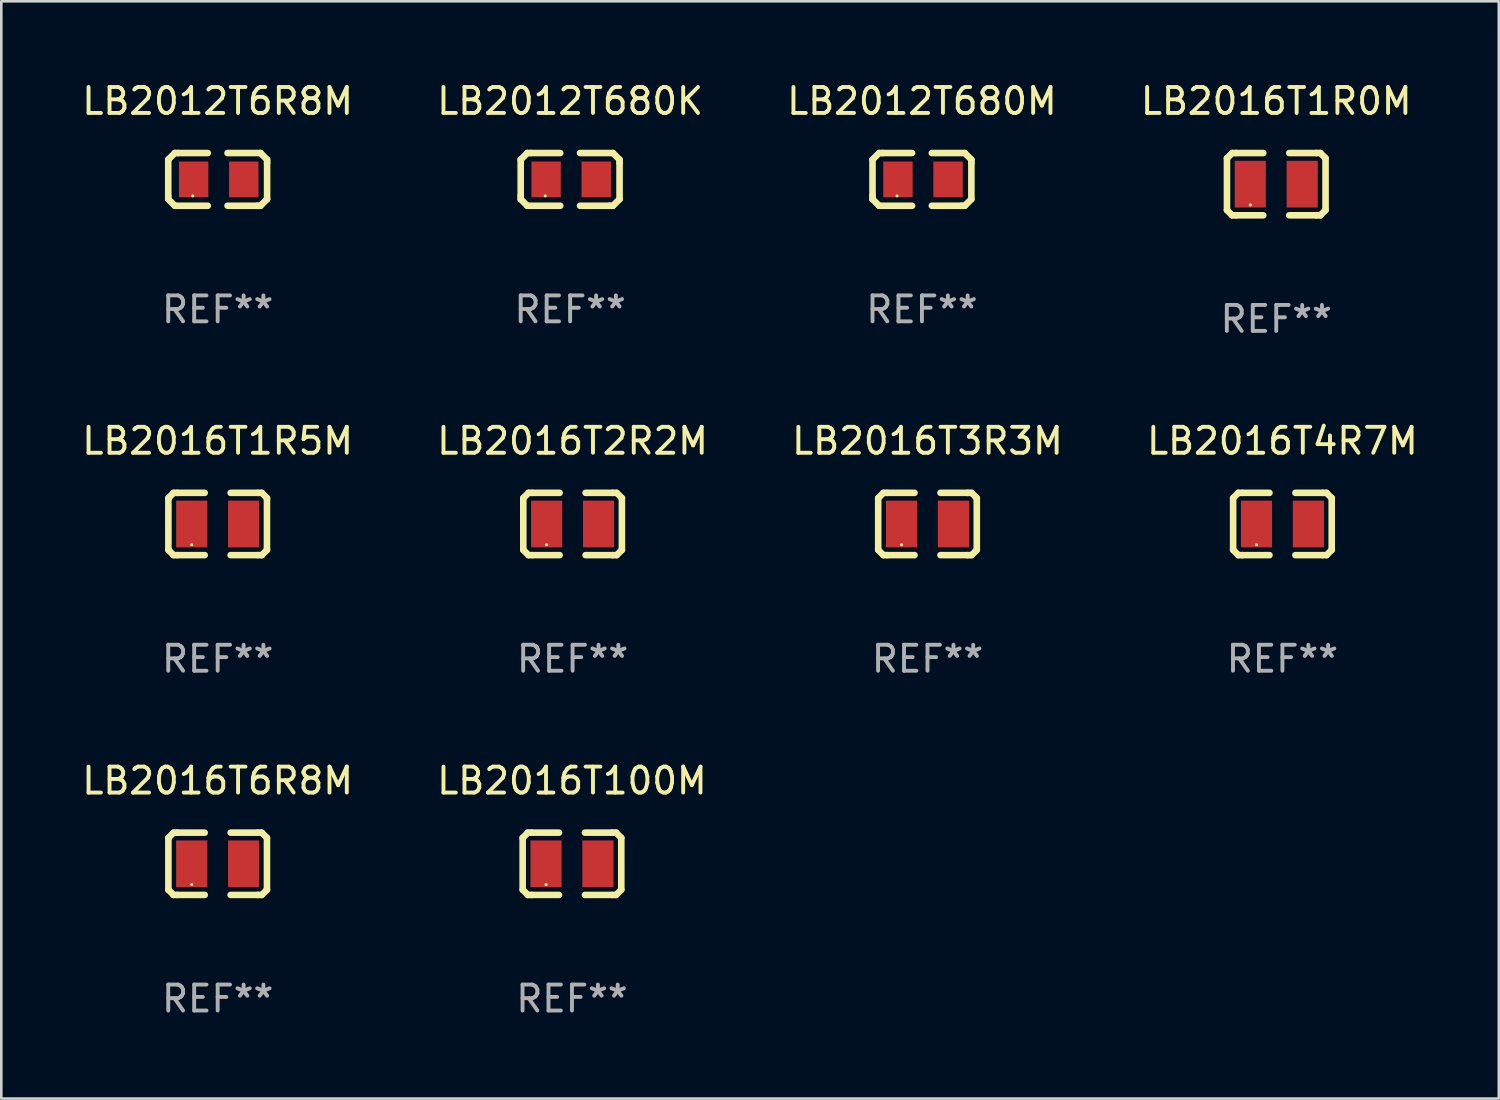
<source format=kicad_pcb>
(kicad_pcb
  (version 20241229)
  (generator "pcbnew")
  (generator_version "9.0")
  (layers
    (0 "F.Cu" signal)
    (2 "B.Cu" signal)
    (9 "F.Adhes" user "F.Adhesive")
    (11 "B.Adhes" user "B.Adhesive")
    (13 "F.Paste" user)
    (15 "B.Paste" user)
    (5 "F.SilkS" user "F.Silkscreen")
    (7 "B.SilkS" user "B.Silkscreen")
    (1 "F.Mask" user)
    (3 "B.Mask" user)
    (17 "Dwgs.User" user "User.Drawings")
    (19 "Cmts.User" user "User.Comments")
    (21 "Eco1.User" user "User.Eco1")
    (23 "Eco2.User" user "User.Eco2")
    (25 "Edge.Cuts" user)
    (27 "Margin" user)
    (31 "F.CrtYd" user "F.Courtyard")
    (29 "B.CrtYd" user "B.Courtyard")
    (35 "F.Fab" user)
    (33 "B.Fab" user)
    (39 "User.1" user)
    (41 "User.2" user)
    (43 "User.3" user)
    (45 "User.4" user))
  (footprint "LB2016T100M"
    (layer "F.Cu")
    (at 18.994 30.241)
    (property "Reference" "LB2016T100M" (at 0 -3.2 0) (layer "F.SilkS") (effects (font (size 1 1) (thickness 0.15))))
    (attr through_hole)
    (fp_line (start -1.9 -1) (end -1.9 1) (stroke (width 0.254) (type solid)) (layer "F.SilkS"))
    (fp_line (start -1.7 -1.2) (end -1.9 -1) (stroke (width 0.254) (type solid)) (layer "F.SilkS"))
    (fp_line (start -1.7 1.2) (end -1.9 1) (stroke (width 0.254) (type solid)) (layer "F.SilkS"))
    (fp_line (start -1.55 -1.2) (end -1.7 -1.2) (stroke (width 0.254) (type solid)) (layer "F.SilkS"))
    (fp_line (start -1.55 1.2) (end -1.7 1.2) (stroke (width 0.254) (type solid)) (layer "F.SilkS"))
    (fp_line (start -0.5 -1.2) (end -1.55 -1.2) (stroke (width 0.254) (type solid)) (layer "F.SilkS"))
    (fp_line (start -0.5 1.2) (end -1.55 1.2) (stroke (width 0.254) (type solid)) (layer "F.SilkS"))
    (fp_line (start 0.5 -1.2) (end 1.55 -1.2) (stroke (width 0.254) (type solid)) (layer "F.SilkS"))
    (fp_line (start 0.5 1.2) (end 1.55 1.2) (stroke (width 0.254) (type solid)) (layer "F.SilkS"))
    (fp_line (start 1.55 -1.2) (end 1.7 -1.2) (stroke (width 0.254) (type solid)) (layer "F.SilkS"))
    (fp_line (start 1.55 1.2) (end 1.7 1.2) (stroke (width 0.254) (type solid)) (layer "F.SilkS"))
    (fp_line (start 1.7 -1.2) (end 1.9 -1) (stroke (width 0.254) (type solid)) (layer "F.SilkS"))
    (fp_line (start 1.7 1.2) (end 1.9 1) (stroke (width 0.254) (type solid)) (layer "F.SilkS"))
    (fp_line (start 1.9 -1) (end 1.9 1) (stroke (width 0.254) (type solid)) (layer "F.SilkS"))
    (fp_circle (center -1 0.8) (end -0.97 0.8) (stroke (width 0.06) (type solid)) (fill no) (layer "F.SilkS"))
    (fp_text user "REF**" (at 0 5.2 0) (layer "F.Fab") (effects (font (size 1 1) (thickness 0.15))))
    (pad "1" smd rect (at -1 0) (size 1.2 1.8) (layers "F.Cu" "F.Mask" "F.Paste"))
    (pad "2" smd rect (at 1 0) (size 1.2 1.8) (layers "F.Cu" "F.Mask" "F.Paste")))
  (footprint "LB2016T1R5M"
    (layer "F.Cu")
    (at 5.339 17.145)
    (property "Reference" "LB2016T1R5M" (at 0 -3.2 0) (layer "F.SilkS") (effects (font (size 1 1) (thickness 0.15))))
    (attr through_hole)
    (fp_line (start -1.9 -1) (end -1.9 1) (stroke (width 0.254) (type solid)) (layer "F.SilkS"))
    (fp_line (start -1.7 -1.2) (end -1.9 -1) (stroke (width 0.254) (type solid)) (layer "F.SilkS"))
    (fp_line (start -1.7 1.2) (end -1.9 1) (stroke (width 0.254) (type solid)) (layer "F.SilkS"))
    (fp_line (start -1.55 -1.2) (end -1.7 -1.2) (stroke (width 0.254) (type solid)) (layer "F.SilkS"))
    (fp_line (start -1.55 1.2) (end -1.7 1.2) (stroke (width 0.254) (type solid)) (layer "F.SilkS"))
    (fp_line (start -0.5 -1.2) (end -1.55 -1.2) (stroke (width 0.254) (type solid)) (layer "F.SilkS"))
    (fp_line (start -0.5 1.2) (end -1.55 1.2) (stroke (width 0.254) (type solid)) (layer "F.SilkS"))
    (fp_line (start 0.5 -1.2) (end 1.55 -1.2) (stroke (width 0.254) (type solid)) (layer "F.SilkS"))
    (fp_line (start 0.5 1.2) (end 1.55 1.2) (stroke (width 0.254) (type solid)) (layer "F.SilkS"))
    (fp_line (start 1.55 -1.2) (end 1.7 -1.2) (stroke (width 0.254) (type solid)) (layer "F.SilkS"))
    (fp_line (start 1.55 1.2) (end 1.7 1.2) (stroke (width 0.254) (type solid)) (layer "F.SilkS"))
    (fp_line (start 1.7 -1.2) (end 1.9 -1) (stroke (width 0.254) (type solid)) (layer "F.SilkS"))
    (fp_line (start 1.7 1.2) (end 1.9 1) (stroke (width 0.254) (type solid)) (layer "F.SilkS"))
    (fp_line (start 1.9 -1) (end 1.9 1) (stroke (width 0.254) (type solid)) (layer "F.SilkS"))
    (fp_circle (center -1 0.8) (end -0.97 0.8) (stroke (width 0.06) (type solid)) (fill no) (layer "F.SilkS"))
    (fp_text user "REF**" (at 0 5.2 0) (layer "F.Fab") (effects (font (size 1 1) (thickness 0.15))))
    (pad "1" smd rect (at -1 0) (size 1.2 1.8) (layers "F.Cu" "F.Mask" "F.Paste"))
    (pad "2" smd rect (at 1 0) (size 1.2 1.8) (layers "F.Cu" "F.Mask" "F.Paste")))
  (footprint "LB2016T1R0M"
    (layer "F.Cu")
    (at 46.137 4.048)
    (property "Reference" "LB2016T1R0M" (at 0 -3.2 0) (layer "F.SilkS") (effects (font (size 1 1) (thickness 0.15))))
    (attr through_hole)
    (fp_line (start -1.9 -1) (end -1.9 1) (stroke (width 0.254) (type solid)) (layer "F.SilkS"))
    (fp_line (start -1.7 -1.2) (end -1.9 -1) (stroke (width 0.254) (type solid)) (layer "F.SilkS"))
    (fp_line (start -1.7 1.2) (end -1.9 1) (stroke (width 0.254) (type solid)) (layer "F.SilkS"))
    (fp_line (start -1.55 -1.2) (end -1.7 -1.2) (stroke (width 0.254) (type solid)) (layer "F.SilkS"))
    (fp_line (start -1.55 1.2) (end -1.7 1.2) (stroke (width 0.254) (type solid)) (layer "F.SilkS"))
    (fp_line (start -0.5 -1.2) (end -1.55 -1.2) (stroke (width 0.254) (type solid)) (layer "F.SilkS"))
    (fp_line (start -0.5 1.2) (end -1.55 1.2) (stroke (width 0.254) (type solid)) (layer "F.SilkS"))
    (fp_line (start 0.5 -1.2) (end 1.55 -1.2) (stroke (width 0.254) (type solid)) (layer "F.SilkS"))
    (fp_line (start 0.5 1.2) (end 1.55 1.2) (stroke (width 0.254) (type solid)) (layer "F.SilkS"))
    (fp_line (start 1.55 -1.2) (end 1.7 -1.2) (stroke (width 0.254) (type solid)) (layer "F.SilkS"))
    (fp_line (start 1.55 1.2) (end 1.7 1.2) (stroke (width 0.254) (type solid)) (layer "F.SilkS"))
    (fp_line (start 1.7 -1.2) (end 1.9 -1) (stroke (width 0.254) (type solid)) (layer "F.SilkS"))
    (fp_line (start 1.7 1.2) (end 1.9 1) (stroke (width 0.254) (type solid)) (layer "F.SilkS"))
    (fp_line (start 1.9 -1) (end 1.9 1) (stroke (width 0.254) (type solid)) (layer "F.SilkS"))
    (fp_circle (center -1 0.8) (end -0.97 0.8) (stroke (width 0.06) (type solid)) (fill no) (layer "F.SilkS"))
    (fp_text user "REF**" (at 0 5.2 0) (layer "F.Fab") (effects (font (size 1 1) (thickness 0.15))))
    (pad "1" smd rect (at -1 0) (size 1.2 1.8) (layers "F.Cu" "F.Mask" "F.Paste"))
    (pad "2" smd rect (at 1 0) (size 1.2 1.8) (layers "F.Cu" "F.Mask" "F.Paste")))
  (footprint "LB2016T2R2M"
    (layer "F.Cu")
    (at 19.018 17.145)
    (property "Reference" "LB2016T2R2M" (at 0 -3.2 0) (layer "F.SilkS") (effects (font (size 1 1) (thickness 0.15))))
    (attr through_hole)
    (fp_line (start -1.9 -1) (end -1.9 1) (stroke (width 0.254) (type solid)) (layer "F.SilkS"))
    (fp_line (start -1.7 -1.2) (end -1.9 -1) (stroke (width 0.254) (type solid)) (layer "F.SilkS"))
    (fp_line (start -1.7 1.2) (end -1.9 1) (stroke (width 0.254) (type solid)) (layer "F.SilkS"))
    (fp_line (start -1.55 -1.2) (end -1.7 -1.2) (stroke (width 0.254) (type solid)) (layer "F.SilkS"))
    (fp_line (start -1.55 1.2) (end -1.7 1.2) (stroke (width 0.254) (type solid)) (layer "F.SilkS"))
    (fp_line (start -0.5 -1.2) (end -1.55 -1.2) (stroke (width 0.254) (type solid)) (layer "F.SilkS"))
    (fp_line (start -0.5 1.2) (end -1.55 1.2) (stroke (width 0.254) (type solid)) (layer "F.SilkS"))
    (fp_line (start 0.5 -1.2) (end 1.55 -1.2) (stroke (width 0.254) (type solid)) (layer "F.SilkS"))
    (fp_line (start 0.5 1.2) (end 1.55 1.2) (stroke (width 0.254) (type solid)) (layer "F.SilkS"))
    (fp_line (start 1.55 -1.2) (end 1.7 -1.2) (stroke (width 0.254) (type solid)) (layer "F.SilkS"))
    (fp_line (start 1.55 1.2) (end 1.7 1.2) (stroke (width 0.254) (type solid)) (layer "F.SilkS"))
    (fp_line (start 1.7 -1.2) (end 1.9 -1) (stroke (width 0.254) (type solid)) (layer "F.SilkS"))
    (fp_line (start 1.7 1.2) (end 1.9 1) (stroke (width 0.254) (type solid)) (layer "F.SilkS"))
    (fp_line (start 1.9 -1) (end 1.9 1) (stroke (width 0.254) (type solid)) (layer "F.SilkS"))
    (fp_circle (center -1 0.8) (end -0.97 0.8) (stroke (width 0.06) (type solid)) (fill no) (layer "F.SilkS"))
    (fp_text user "REF**" (at 0 5.2 0) (layer "F.Fab") (effects (font (size 1 1) (thickness 0.15))))
    (pad "1" smd rect (at -1 0) (size 1.2 1.8) (layers "F.Cu" "F.Mask" "F.Paste"))
    (pad "2" smd rect (at 1 0) (size 1.2 1.8) (layers "F.Cu" "F.Mask" "F.Paste")))
  (footprint "LB2016T6R8M"
    (layer "F.Cu")
    (at 5.339 30.241)
    (property "Reference" "LB2016T6R8M" (at 0 -3.2 0) (layer "F.SilkS") (effects (font (size 1 1) (thickness 0.15))))
    (attr through_hole)
    (fp_line (start -1.9 -1) (end -1.9 1) (stroke (width 0.254) (type solid)) (layer "F.SilkS"))
    (fp_line (start -1.7 -1.2) (end -1.9 -1) (stroke (width 0.254) (type solid)) (layer "F.SilkS"))
    (fp_line (start -1.7 1.2) (end -1.9 1) (stroke (width 0.254) (type solid)) (layer "F.SilkS"))
    (fp_line (start -1.55 -1.2) (end -1.7 -1.2) (stroke (width 0.254) (type solid)) (layer "F.SilkS"))
    (fp_line (start -1.55 1.2) (end -1.7 1.2) (stroke (width 0.254) (type solid)) (layer "F.SilkS"))
    (fp_line (start -0.5 -1.2) (end -1.55 -1.2) (stroke (width 0.254) (type solid)) (layer "F.SilkS"))
    (fp_line (start -0.5 1.2) (end -1.55 1.2) (stroke (width 0.254) (type solid)) (layer "F.SilkS"))
    (fp_line (start 0.5 -1.2) (end 1.55 -1.2) (stroke (width 0.254) (type solid)) (layer "F.SilkS"))
    (fp_line (start 0.5 1.2) (end 1.55 1.2) (stroke (width 0.254) (type solid)) (layer "F.SilkS"))
    (fp_line (start 1.55 -1.2) (end 1.7 -1.2) (stroke (width 0.254) (type solid)) (layer "F.SilkS"))
    (fp_line (start 1.55 1.2) (end 1.7 1.2) (stroke (width 0.254) (type solid)) (layer "F.SilkS"))
    (fp_line (start 1.7 -1.2) (end 1.9 -1) (stroke (width 0.254) (type solid)) (layer "F.SilkS"))
    (fp_line (start 1.7 1.2) (end 1.9 1) (stroke (width 0.254) (type solid)) (layer "F.SilkS"))
    (fp_line (start 1.9 -1) (end 1.9 1) (stroke (width 0.254) (type solid)) (layer "F.SilkS"))
    (fp_circle (center -1 0.8) (end -0.97 0.8) (stroke (width 0.06) (type solid)) (fill no) (layer "F.SilkS"))
    (fp_text user "REF**" (at 0 5.2 0) (layer "F.Fab") (effects (font (size 1 1) (thickness 0.15))))
    (pad "1" smd rect (at -1 0) (size 1.2 1.8) (layers "F.Cu" "F.Mask" "F.Paste"))
    (pad "2" smd rect (at 1 0) (size 1.2 1.8) (layers "F.Cu" "F.Mask" "F.Paste")))
  (footprint "LB2012T6R8M"
    (layer "F.Cu")
    (at 5.339 3.864)
    (property "Reference" "LB2012T6R8M" (at 0 -3.016 0) (layer "F.SilkS") (effects (font (size 1 1) (thickness 0.15))))
    (attr through_hole)
    (fp_line (start -1.905 -0.762) (end -1.905 0.635) (stroke (width 0.254) (type solid)) (layer "F.SilkS"))
    (fp_line (start -1.905 0.635) (end -1.905 0.762) (stroke (width 0.254) (type solid)) (layer "F.SilkS"))
    (fp_line (start -1.905 0.762) (end -1.651 1.016) (stroke (width 0.254) (type solid)) (layer "F.SilkS"))
    (fp_line (start -1.651 -1.016) (end -1.905 -0.762) (stroke (width 0.254) (type solid)) (layer "F.SilkS"))
    (fp_line (start -1.651 1.016) (end -0.381 1.016) (stroke (width 0.254) (type solid)) (layer "F.SilkS"))
    (fp_line (start -1.524 -1.016) (end -1.651 -1.016) (stroke (width 0.254) (type solid)) (layer "F.SilkS"))
    (fp_line (start -0.381 -1.016) (end -1.524 -1.016) (stroke (width 0.254) (type solid)) (layer "F.SilkS"))
    (fp_line (start 0.381 1.016) (end 1.524 1.016) (stroke (width 0.254) (type solid)) (layer "F.SilkS"))
    (fp_line (start 1.524 1.016) (end 1.651 1.016) (stroke (width 0.254) (type solid)) (layer "F.SilkS"))
    (fp_line (start 1.651 -1.016) (end 0.381 -1.016) (stroke (width 0.254) (type solid)) (layer "F.SilkS"))
    (fp_line (start 1.651 1.016) (end 1.905 0.762) (stroke (width 0.254) (type solid)) (layer "F.SilkS"))
    (fp_line (start 1.905 -0.762) (end 1.651 -1.016) (stroke (width 0.254) (type solid)) (layer "F.SilkS"))
    (fp_line (start 1.905 -0.635) (end 1.905 -0.762) (stroke (width 0.254) (type solid)) (layer "F.SilkS"))
    (fp_line (start 1.905 0.762) (end 1.905 -0.635) (stroke (width 0.254) (type solid)) (layer "F.SilkS"))
    (fp_circle (center -0.96 0.637) (end -0.93 0.637) (stroke (width 0.06) (type solid)) (fill no) (layer "F.SilkS"))
    (fp_text user "REF**" (at 0 5.016 0) (layer "F.Fab") (effects (font (size 1 1) (thickness 0.15))))
    (pad "1" smd rect (at -0.926 -0.000051) (size 1.133 1.377) (layers "F.Cu" "F.Mask" "F.Paste"))
    (pad "2" smd rect (at 1.006 -0.000051) (size 1.133 1.377) (layers "F.Cu" "F.Mask" "F.Paste")))
  (footprint "LB2012T680M"
    (layer "F.Cu")
    (at 32.482 3.864)
    (property "Reference" "LB2012T680M" (at 0 -3.016 0) (layer "F.SilkS") (effects (font (size 1 1) (thickness 0.15))))
    (attr through_hole)
    (fp_line (start -1.905 -0.762) (end -1.905 0.635) (stroke (width 0.254) (type solid)) (layer "F.SilkS"))
    (fp_line (start -1.905 0.635) (end -1.905 0.762) (stroke (width 0.254) (type solid)) (layer "F.SilkS"))
    (fp_line (start -1.905 0.762) (end -1.651 1.016) (stroke (width 0.254) (type solid)) (layer "F.SilkS"))
    (fp_line (start -1.651 -1.016) (end -1.905 -0.762) (stroke (width 0.254) (type solid)) (layer "F.SilkS"))
    (fp_line (start -1.651 1.016) (end -0.381 1.016) (stroke (width 0.254) (type solid)) (layer "F.SilkS"))
    (fp_line (start -1.524 -1.016) (end -1.651 -1.016) (stroke (width 0.254) (type solid)) (layer "F.SilkS"))
    (fp_line (start -0.381 -1.016) (end -1.524 -1.016) (stroke (width 0.254) (type solid)) (layer "F.SilkS"))
    (fp_line (start 0.381 1.016) (end 1.524 1.016) (stroke (width 0.254) (type solid)) (layer "F.SilkS"))
    (fp_line (start 1.524 1.016) (end 1.651 1.016) (stroke (width 0.254) (type solid)) (layer "F.SilkS"))
    (fp_line (start 1.651 -1.016) (end 0.381 -1.016) (stroke (width 0.254) (type solid)) (layer "F.SilkS"))
    (fp_line (start 1.651 1.016) (end 1.905 0.762) (stroke (width 0.254) (type solid)) (layer "F.SilkS"))
    (fp_line (start 1.905 -0.762) (end 1.651 -1.016) (stroke (width 0.254) (type solid)) (layer "F.SilkS"))
    (fp_line (start 1.905 -0.635) (end 1.905 -0.762) (stroke (width 0.254) (type solid)) (layer "F.SilkS"))
    (fp_line (start 1.905 0.762) (end 1.905 -0.635) (stroke (width 0.254) (type solid)) (layer "F.SilkS"))
    (fp_circle (center -0.96 0.637) (end -0.93 0.637) (stroke (width 0.06) (type solid)) (fill no) (layer "F.SilkS"))
    (fp_text user "REF**" (at 0 5.016 0) (layer "F.Fab") (effects (font (size 1 1) (thickness 0.15))))
    (pad "1" smd rect (at -0.926 -0.000051) (size 1.133 1.377) (layers "F.Cu" "F.Mask" "F.Paste"))
    (pad "2" smd rect (at 1.006 -0.000051) (size 1.133 1.377) (layers "F.Cu" "F.Mask" "F.Paste")))
  (footprint "LB2012T680K"
    (layer "F.Cu")
    (at 18.923 3.864)
    (property "Reference" "LB2012T680K" (at 0 -3.016 0) (layer "F.SilkS") (effects (font (size 1 1) (thickness 0.15))))
    (attr through_hole)
    (fp_line (start -1.905 -0.762) (end -1.905 0.635) (stroke (width 0.254) (type solid)) (layer "F.SilkS"))
    (fp_line (start -1.905 0.635) (end -1.905 0.762) (stroke (width 0.254) (type solid)) (layer "F.SilkS"))
    (fp_line (start -1.905 0.762) (end -1.651 1.016) (stroke (width 0.254) (type solid)) (layer "F.SilkS"))
    (fp_line (start -1.651 -1.016) (end -1.905 -0.762) (stroke (width 0.254) (type solid)) (layer "F.SilkS"))
    (fp_line (start -1.651 1.016) (end -0.381 1.016) (stroke (width 0.254) (type solid)) (layer "F.SilkS"))
    (fp_line (start -1.524 -1.016) (end -1.651 -1.016) (stroke (width 0.254) (type solid)) (layer "F.SilkS"))
    (fp_line (start -0.381 -1.016) (end -1.524 -1.016) (stroke (width 0.254) (type solid)) (layer "F.SilkS"))
    (fp_line (start 0.381 1.016) (end 1.524 1.016) (stroke (width 0.254) (type solid)) (layer "F.SilkS"))
    (fp_line (start 1.524 1.016) (end 1.651 1.016) (stroke (width 0.254) (type solid)) (layer "F.SilkS"))
    (fp_line (start 1.651 -1.016) (end 0.381 -1.016) (stroke (width 0.254) (type solid)) (layer "F.SilkS"))
    (fp_line (start 1.651 1.016) (end 1.905 0.762) (stroke (width 0.254) (type solid)) (layer "F.SilkS"))
    (fp_line (start 1.905 -0.762) (end 1.651 -1.016) (stroke (width 0.254) (type solid)) (layer "F.SilkS"))
    (fp_line (start 1.905 -0.635) (end 1.905 -0.762) (stroke (width 0.254) (type solid)) (layer "F.SilkS"))
    (fp_line (start 1.905 0.762) (end 1.905 -0.635) (stroke (width 0.254) (type solid)) (layer "F.SilkS"))
    (fp_circle (center -0.96 0.637) (end -0.93 0.637) (stroke (width 0.06) (type solid)) (fill no) (layer "F.SilkS"))
    (fp_text user "REF**" (at 0 5.016 0) (layer "F.Fab") (effects (font (size 1 1) (thickness 0.15))))
    (pad "1" smd rect (at -0.926 -0.000051) (size 1.133 1.377) (layers "F.Cu" "F.Mask" "F.Paste"))
    (pad "2" smd rect (at 1.006 -0.000051) (size 1.133 1.377) (layers "F.Cu" "F.Mask" "F.Paste")))
  (footprint "LB2016T3R3M"
    (layer "F.Cu")
    (at 32.696 17.145)
    (property "Reference" "LB2016T3R3M" (at 0 -3.2 0) (layer "F.SilkS") (effects (font (size 1 1) (thickness 0.15))))
    (attr through_hole)
    (fp_line (start -1.9 -1) (end -1.9 1) (stroke (width 0.254) (type solid)) (layer "F.SilkS"))
    (fp_line (start -1.7 -1.2) (end -1.9 -1) (stroke (width 0.254) (type solid)) (layer "F.SilkS"))
    (fp_line (start -1.7 1.2) (end -1.9 1) (stroke (width 0.254) (type solid)) (layer "F.SilkS"))
    (fp_line (start -1.55 -1.2) (end -1.7 -1.2) (stroke (width 0.254) (type solid)) (layer "F.SilkS"))
    (fp_line (start -1.55 1.2) (end -1.7 1.2) (stroke (width 0.254) (type solid)) (layer "F.SilkS"))
    (fp_line (start -0.5 -1.2) (end -1.55 -1.2) (stroke (width 0.254) (type solid)) (layer "F.SilkS"))
    (fp_line (start -0.5 1.2) (end -1.55 1.2) (stroke (width 0.254) (type solid)) (layer "F.SilkS"))
    (fp_line (start 0.5 -1.2) (end 1.55 -1.2) (stroke (width 0.254) (type solid)) (layer "F.SilkS"))
    (fp_line (start 0.5 1.2) (end 1.55 1.2) (stroke (width 0.254) (type solid)) (layer "F.SilkS"))
    (fp_line (start 1.55 -1.2) (end 1.7 -1.2) (stroke (width 0.254) (type solid)) (layer "F.SilkS"))
    (fp_line (start 1.55 1.2) (end 1.7 1.2) (stroke (width 0.254) (type solid)) (layer "F.SilkS"))
    (fp_line (start 1.7 -1.2) (end 1.9 -1) (stroke (width 0.254) (type solid)) (layer "F.SilkS"))
    (fp_line (start 1.7 1.2) (end 1.9 1) (stroke (width 0.254) (type solid)) (layer "F.SilkS"))
    (fp_line (start 1.9 -1) (end 1.9 1) (stroke (width 0.254) (type solid)) (layer "F.SilkS"))
    (fp_circle (center -1 0.8) (end -0.97 0.8) (stroke (width 0.06) (type solid)) (fill no) (layer "F.SilkS"))
    (fp_text user "REF**" (at 0 5.2 0) (layer "F.Fab") (effects (font (size 1 1) (thickness 0.15))))
    (pad "1" smd rect (at -1 0) (size 1.2 1.8) (layers "F.Cu" "F.Mask" "F.Paste"))
    (pad "2" smd rect (at 1 0) (size 1.2 1.8) (layers "F.Cu" "F.Mask" "F.Paste")))
  (footprint "LB2016T4R7M"
    (layer "F.Cu")
    (at 46.375 17.145)
    (property "Reference" "LB2016T4R7M" (at 0 -3.2 0) (layer "F.SilkS") (effects (font (size 1 1) (thickness 0.15))))
    (attr through_hole)
    (fp_line (start -1.9 -1) (end -1.9 1) (stroke (width 0.254) (type solid)) (layer "F.SilkS"))
    (fp_line (start -1.7 -1.2) (end -1.9 -1) (stroke (width 0.254) (type solid)) (layer "F.SilkS"))
    (fp_line (start -1.7 1.2) (end -1.9 1) (stroke (width 0.254) (type solid)) (layer "F.SilkS"))
    (fp_line (start -1.55 -1.2) (end -1.7 -1.2) (stroke (width 0.254) (type solid)) (layer "F.SilkS"))
    (fp_line (start -1.55 1.2) (end -1.7 1.2) (stroke (width 0.254) (type solid)) (layer "F.SilkS"))
    (fp_line (start -0.5 -1.2) (end -1.55 -1.2) (stroke (width 0.254) (type solid)) (layer "F.SilkS"))
    (fp_line (start -0.5 1.2) (end -1.55 1.2) (stroke (width 0.254) (type solid)) (layer "F.SilkS"))
    (fp_line (start 0.5 -1.2) (end 1.55 -1.2) (stroke (width 0.254) (type solid)) (layer "F.SilkS"))
    (fp_line (start 0.5 1.2) (end 1.55 1.2) (stroke (width 0.254) (type solid)) (layer "F.SilkS"))
    (fp_line (start 1.55 -1.2) (end 1.7 -1.2) (stroke (width 0.254) (type solid)) (layer "F.SilkS"))
    (fp_line (start 1.55 1.2) (end 1.7 1.2) (stroke (width 0.254) (type solid)) (layer "F.SilkS"))
    (fp_line (start 1.7 -1.2) (end 1.9 -1) (stroke (width 0.254) (type solid)) (layer "F.SilkS"))
    (fp_line (start 1.7 1.2) (end 1.9 1) (stroke (width 0.254) (type solid)) (layer "F.SilkS"))
    (fp_line (start 1.9 -1) (end 1.9 1) (stroke (width 0.254) (type solid)) (layer "F.SilkS"))
    (fp_circle (center -1 0.8) (end -0.97 0.8) (stroke (width 0.06) (type solid)) (fill no) (layer "F.SilkS"))
    (fp_text user "REF**" (at 0 5.2 0) (layer "F.Fab") (effects (font (size 1 1) (thickness 0.15))))
    (pad "1" smd rect (at -1 0) (size 1.2 1.8) (layers "F.Cu" "F.Mask" "F.Paste"))
    (pad "2" smd rect (at 1 0) (size 1.2 1.8) (layers "F.Cu" "F.Mask" "F.Paste")))
  (gr_rect
    (start -3 -3)
    (end 54.714 39.289)
    (stroke (width 0.1) (type default))
    (fill no)
    (layer "Edge.Cuts")))
</source>
